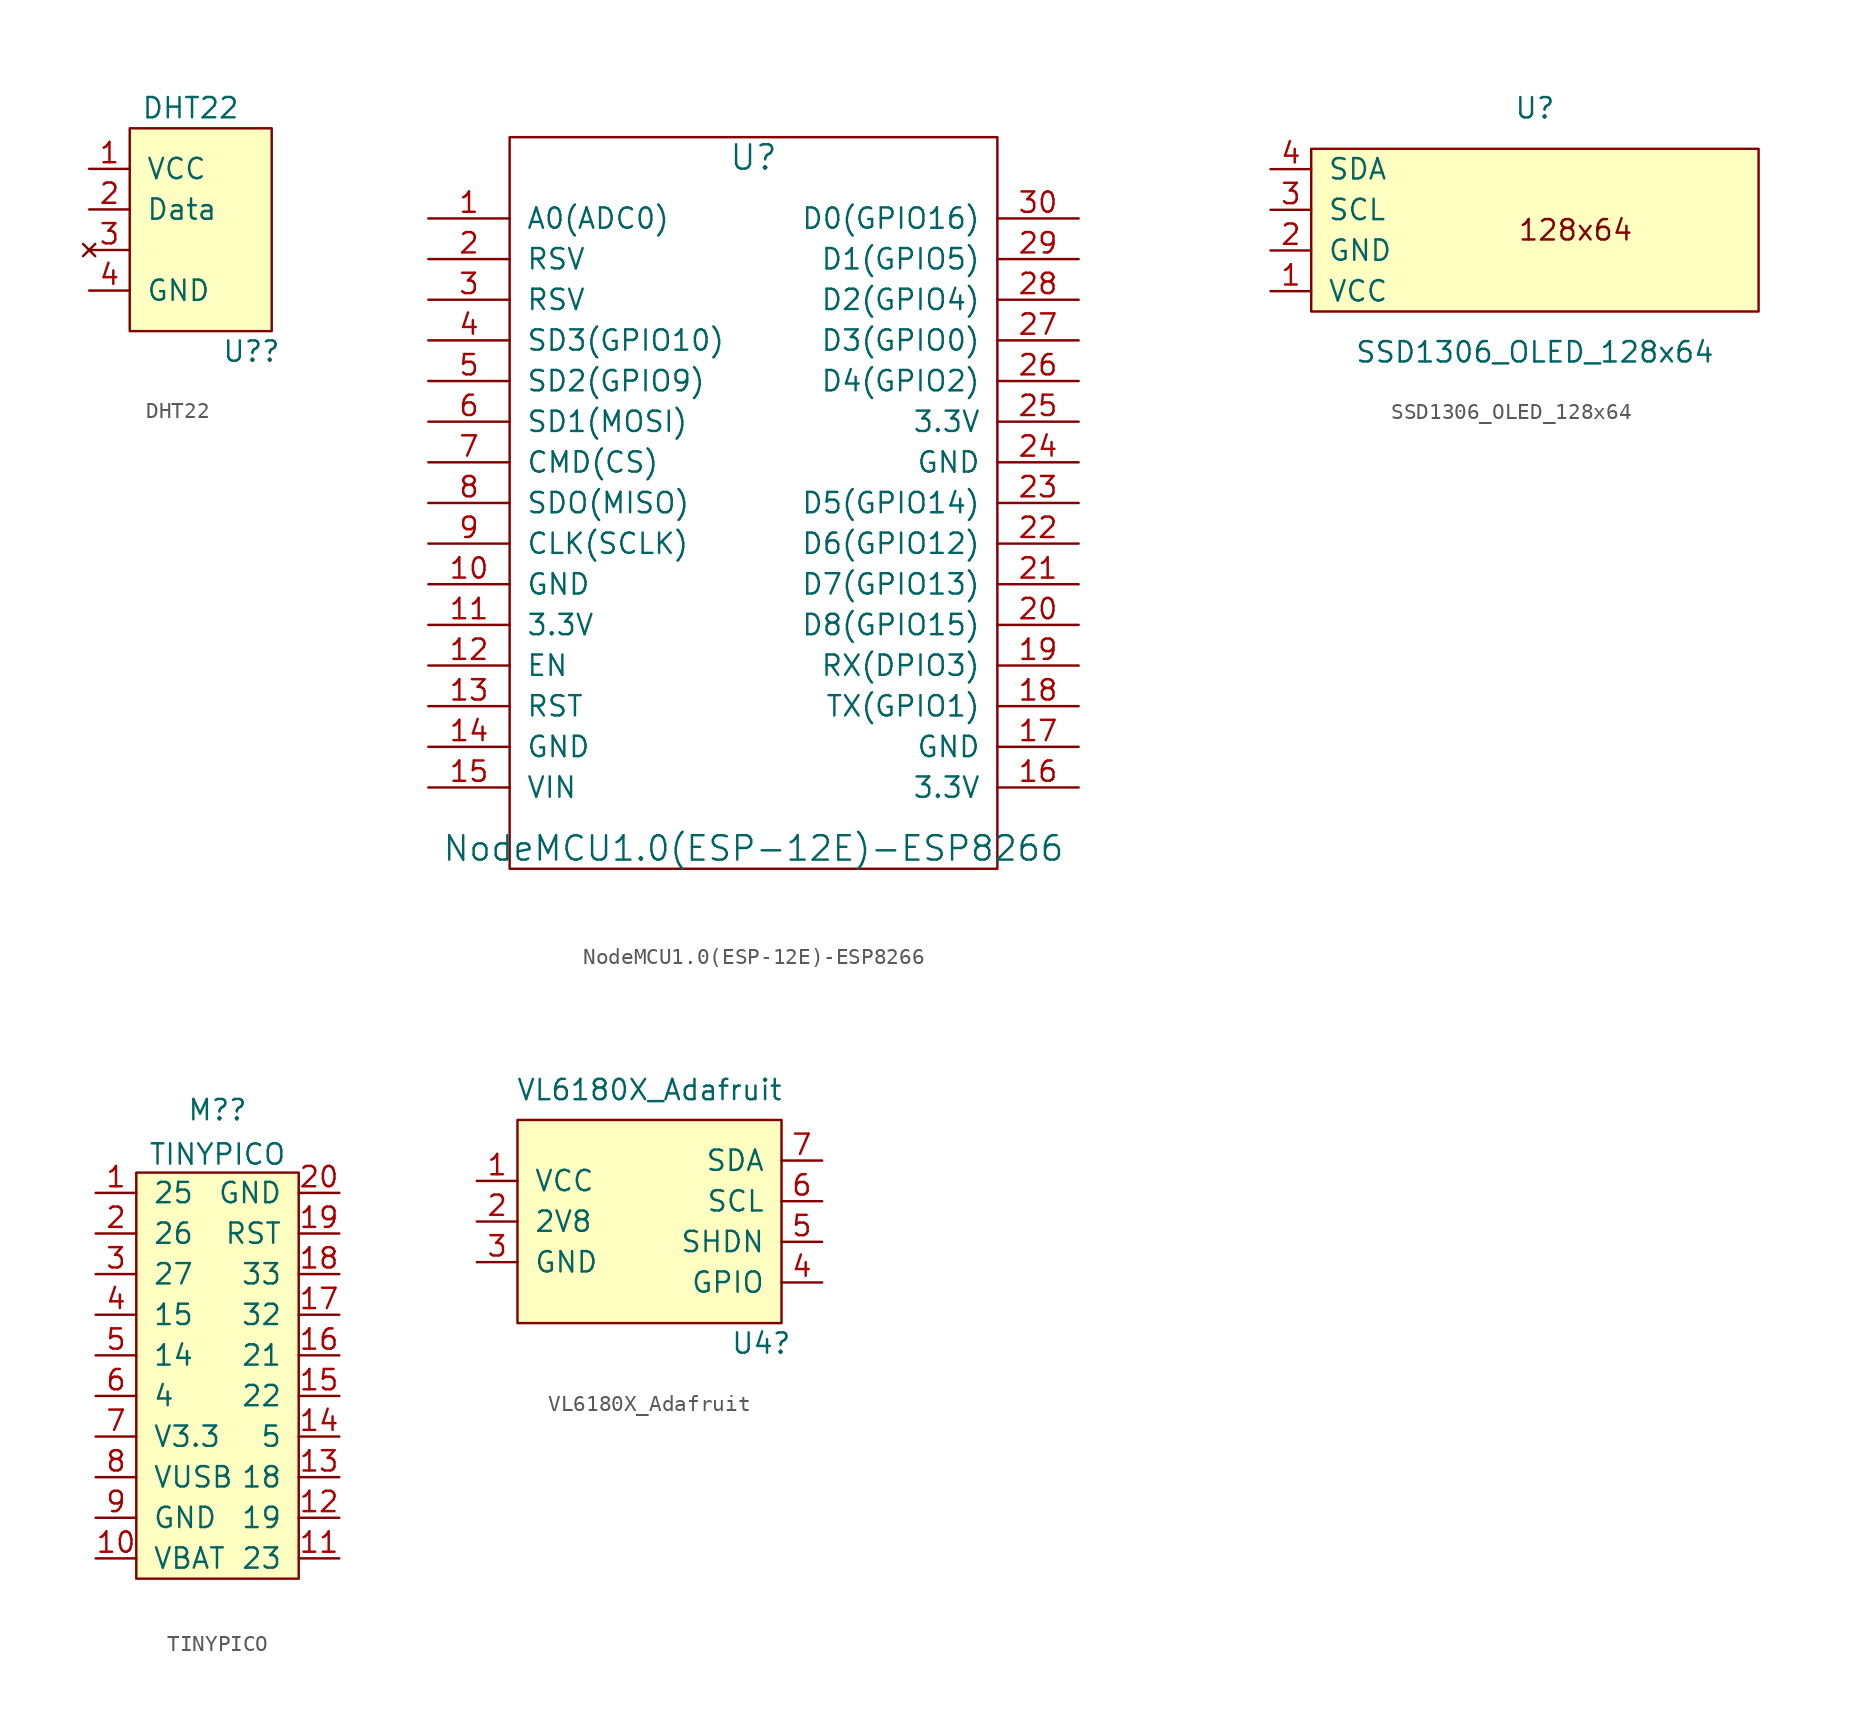
<source format=kicad_sym>
(kicad_symbol_lib
  (version 20210619)
  (generator kicad_symbol_editor)
  (symbol "mylam:DHT22"
    (pin_names
      (offset 1.016))
    (property "Reference" "U?"
      (at 7.62 -13.97 0)
      (effects (font (size 1.27 1.27))))
    (property "Value" "DHT22"
      (at 3.81 1.27 0)
      (effects (font (size 1.27 1.27))))
    (symbol "DHT22_0_1"
      (rectangle (start 0 0) (end 8.89 -12.7) (stroke (width 0.152)) (fill (type background))))
    (symbol "DHT22_1_1"
      (pin input line (at -2.54 -2.54 0) (length 2.54) (name "VCC" (effects (font (size 1.27 1.27)))) (number "1" (effects (font (size 1.27 1.27)))))
      (pin output line (at -2.54 -5.08 0) (length 2.54) (name "Data" (effects (font (size 1.27 1.27)))) (number "2" (effects (font (size 1.27 1.27)))))
      (pin no_connect line (at -2.54 -7.62 0) (length 2.54) (name "~" (effects (font (size 1.27 1.27)))) (number "3" (effects (font (size 1.27 1.27)))))
      (pin input line (at -2.54 -10.16 0) (length 2.54) (name "GND" (effects (font (size 1.27 1.27)))) (number "4" (effects (font (size 1.27 1.27)))))))
  (symbol "mylam:NodeMCU1.0(ESP-12E)-ESP8266"
    (pin_names
      (offset 1.016))
    (property "Reference" "U"
      (at 0 21.59 0)
      (effects (font (size 1.524 1.524))))
    (property "Value" "NodeMCU1.0(ESP-12E)-ESP8266"
      (at 0 -21.59 0)
      (effects (font (size 1.524 1.524))))
    (property "Footprint" ""
      (at -15.24 -21.59 0)
      (effects (font (size 1.524 1.524))))
    (property "Datasheet" ""
      (at -15.24 -21.59 0)
      (effects (font (size 1.524 1.524))))
    (symbol "NodeMCU1.0(ESP-12E)-ESP8266_0_1"
      (rectangle (start -15.24 -22.86) (end 15.24 22.86) (stroke (width 0)) (fill (type none))))
    (symbol "NodeMCU1.0(ESP-12E)-ESP8266_1_1"
      (pin input line (at -20.32 17.78 0) (length 5.08) (name "A0(ADC0)" (effects (font (size 1.27 1.27)))) (number "1" (effects (font (size 1.27 1.27)))))
      (pin input line (at -20.32 -5.08 0) (length 5.08) (name "GND" (effects (font (size 1.27 1.27)))) (number "10" (effects (font (size 1.27 1.27)))))
      (pin input line (at -20.32 -7.62 0) (length 5.08) (name "3.3V" (effects (font (size 1.27 1.27)))) (number "11" (effects (font (size 1.27 1.27)))))
      (pin input line (at -20.32 -10.16 0) (length 5.08) (name "EN" (effects (font (size 1.27 1.27)))) (number "12" (effects (font (size 1.27 1.27)))))
      (pin input line (at -20.32 -12.7 0) (length 5.08) (name "RST" (effects (font (size 1.27 1.27)))) (number "13" (effects (font (size 1.27 1.27)))))
      (pin input line (at -20.32 -15.24 0) (length 5.08) (name "GND" (effects (font (size 1.27 1.27)))) (number "14" (effects (font (size 1.27 1.27)))))
      (pin input line (at -20.32 -17.78 0) (length 5.08) (name "VIN" (effects (font (size 1.27 1.27)))) (number "15" (effects (font (size 1.27 1.27)))))
      (pin input line (at 20.32 -17.78 180) (length 5.08) (name "3.3V" (effects (font (size 1.27 1.27)))) (number "16" (effects (font (size 1.27 1.27)))))
      (pin input line (at 20.32 -15.24 180) (length 5.08) (name "GND" (effects (font (size 1.27 1.27)))) (number "17" (effects (font (size 1.27 1.27)))))
      (pin input line (at 20.32 -12.7 180) (length 5.08) (name "TX(GPIO1)" (effects (font (size 1.27 1.27)))) (number "18" (effects (font (size 1.27 1.27)))))
      (pin input line (at 20.32 -10.16 180) (length 5.08) (name "RX(DPIO3)" (effects (font (size 1.27 1.27)))) (number "19" (effects (font (size 1.27 1.27)))))
      (pin input line (at -20.32 15.24 0) (length 5.08) (name "RSV" (effects (font (size 1.27 1.27)))) (number "2" (effects (font (size 1.27 1.27)))))
      (pin input line (at 20.32 -7.62 180) (length 5.08) (name "D8(GPIO15)" (effects (font (size 1.27 1.27)))) (number "20" (effects (font (size 1.27 1.27)))))
      (pin input line (at 20.32 -5.08 180) (length 5.08) (name "D7(GPIO13)" (effects (font (size 1.27 1.27)))) (number "21" (effects (font (size 1.27 1.27)))))
      (pin input line (at 20.32 -2.54 180) (length 5.08) (name "D6(GPIO12)" (effects (font (size 1.27 1.27)))) (number "22" (effects (font (size 1.27 1.27)))))
      (pin input line (at 20.32 0 180) (length 5.08) (name "D5(GPIO14)" (effects (font (size 1.27 1.27)))) (number "23" (effects (font (size 1.27 1.27)))))
      (pin input line (at 20.32 2.54 180) (length 5.08) (name "GND" (effects (font (size 1.27 1.27)))) (number "24" (effects (font (size 1.27 1.27)))))
      (pin input line (at 20.32 5.08 180) (length 5.08) (name "3.3V" (effects (font (size 1.27 1.27)))) (number "25" (effects (font (size 1.27 1.27)))))
      (pin input line (at 20.32 7.62 180) (length 5.08) (name "D4(GPIO2)" (effects (font (size 1.27 1.27)))) (number "26" (effects (font (size 1.27 1.27)))))
      (pin input line (at 20.32 10.16 180) (length 5.08) (name "D3(GPIO0)" (effects (font (size 1.27 1.27)))) (number "27" (effects (font (size 1.27 1.27)))))
      (pin input line (at 20.32 12.7 180) (length 5.08) (name "D2(GPIO4)" (effects (font (size 1.27 1.27)))) (number "28" (effects (font (size 1.27 1.27)))))
      (pin input line (at 20.32 15.24 180) (length 5.08) (name "D1(GPIO5)" (effects (font (size 1.27 1.27)))) (number "29" (effects (font (size 1.27 1.27)))))
      (pin input line (at -20.32 12.7 0) (length 5.08) (name "RSV" (effects (font (size 1.27 1.27)))) (number "3" (effects (font (size 1.27 1.27)))))
      (pin input line (at 20.32 17.78 180) (length 5.08) (name "D0(GPIO16)" (effects (font (size 1.27 1.27)))) (number "30" (effects (font (size 1.27 1.27)))))
      (pin input line (at -20.32 10.16 0) (length 5.08) (name "SD3(GPIO10)" (effects (font (size 1.27 1.27)))) (number "4" (effects (font (size 1.27 1.27)))))
      (pin input line (at -20.32 7.62 0) (length 5.08) (name "SD2(GPIO9)" (effects (font (size 1.27 1.27)))) (number "5" (effects (font (size 1.27 1.27)))))
      (pin input line (at -20.32 5.08 0) (length 5.08) (name "SD1(MOSI)" (effects (font (size 1.27 1.27)))) (number "6" (effects (font (size 1.27 1.27)))))
      (pin input line (at -20.32 2.54 0) (length 5.08) (name "CMD(CS)" (effects (font (size 1.27 1.27)))) (number "7" (effects (font (size 1.27 1.27)))))
      (pin input line (at -20.32 0 0) (length 5.08) (name "SDO(MISO)" (effects (font (size 1.27 1.27)))) (number "8" (effects (font (size 1.27 1.27)))))
      (pin input line (at -20.32 -2.54 0) (length 5.08) (name "CLK(SCLK)" (effects (font (size 1.27 1.27)))) (number "9" (effects (font (size 1.27 1.27)))))))
  (symbol "mylam:SSD1306_OLED_128x64"
    (pin_names
      (offset 1.016))
    (property "Reference" "U"
      (at 1.27 8.89 0)
      (effects (font (size 1.27 1.27))))
    (property "Value" "SSD1306_OLED_128x64"
      (at 1.27 -6.35 0)
      (effects (font (size 1.27 1.27))))
    (symbol "SSD1306_OLED_128x64_0_0"
      (text "128x64" (at 3.81 1.27 0) (effects (font (size 1.27 1.27)))))
    (symbol "SSD1306_OLED_128x64_0_1"
      (rectangle (start -12.7 6.35) (end 15.24 -3.81) (stroke (width 0)) (fill (type background))))
    (symbol "SSD1306_OLED_128x64_1_1"
      (pin power_in line (at -15.24 -2.54 0) (length 2.54) (name "VCC" (effects (font (size 1.27 1.27)))) (number "1" (effects (font (size 1.27 1.27)))))
      (pin passive line (at -15.24 0 0) (length 2.54) (name "GND" (effects (font (size 1.27 1.27)))) (number "2" (effects (font (size 1.27 1.27)))))
      (pin input line (at -15.24 2.54 0) (length 2.54) (name "SCL" (effects (font (size 1.27 1.27)))) (number "3" (effects (font (size 1.27 1.27)))))
      (pin input line (at -15.24 5.08 0) (length 2.54) (name "SDA" (effects (font (size 1.27 1.27)))) (number "4" (effects (font (size 1.27 1.27)))))))
  (symbol "mylam:TINYPICO"
    (pin_names
      (offset 1.016))
    (property "Reference" "M?"
      (at 7.62 5.186 0)
      (effects (font (size 1.27 1.27))))
    (property "Value" "TINYPICO"
      (at 7.62 2.411 0)
      (effects (font (size 1.27 1.27))))
    (symbol "TINYPICO_0_1"
      (rectangle (start 2.54 1.27) (end 12.7 -24.13) (stroke (width 0.152)) (fill (type background))))
    (symbol "TINYPICO_1_1"
      (pin unspecified line (at 0 0 0) (length 2.54) (name "25" (effects (font (size 1.27 1.27)))) (number "1" (effects (font (size 1.27 1.27)))))
      (pin passive line (at 0 -22.86 0) (length 2.54) (name "VBAT" (effects (font (size 1.27 1.27)))) (number "10" (effects (font (size 1.27 1.27)))))
      (pin unspecified line (at 15.24 -22.86 180) (length 2.54) (name "23" (effects (font (size 1.27 1.27)))) (number "11" (effects (font (size 1.27 1.27)))))
      (pin unspecified line (at 15.24 -20.32 180) (length 2.54) (name "19" (effects (font (size 1.27 1.27)))) (number "12" (effects (font (size 1.27 1.27)))))
      (pin unspecified line (at 15.24 -17.78 180) (length 2.54) (name "18" (effects (font (size 1.27 1.27)))) (number "13" (effects (font (size 1.27 1.27)))))
      (pin unspecified line (at 15.24 -15.24 180) (length 2.54) (name "5" (effects (font (size 1.27 1.27)))) (number "14" (effects (font (size 1.27 1.27)))))
      (pin unspecified line (at 15.24 -12.7 180) (length 2.54) (name "22" (effects (font (size 1.27 1.27)))) (number "15" (effects (font (size 1.27 1.27)))))
      (pin unspecified line (at 15.24 -10.16 180) (length 2.54) (name "21" (effects (font (size 1.27 1.27)))) (number "16" (effects (font (size 1.27 1.27)))))
      (pin unspecified line (at 15.24 -7.62 180) (length 2.54) (name "32" (effects (font (size 1.27 1.27)))) (number "17" (effects (font (size 1.27 1.27)))))
      (pin unspecified line (at 15.24 -5.08 180) (length 2.54) (name "33" (effects (font (size 1.27 1.27)))) (number "18" (effects (font (size 1.27 1.27)))))
      (pin unspecified line (at 15.24 -2.54 180) (length 2.54) (name "RST" (effects (font (size 1.27 1.27)))) (number "19" (effects (font (size 1.27 1.27)))))
      (pin unspecified line (at 0 -2.54 0) (length 2.54) (name "26" (effects (font (size 1.27 1.27)))) (number "2" (effects (font (size 1.27 1.27)))))
      (pin passive line (at 15.24 0 180) (length 2.54) (name "GND" (effects (font (size 1.27 1.27)))) (number "20" (effects (font (size 1.27 1.27)))))
      (pin unspecified line (at 0 -5.08 0) (length 2.54) (name "27" (effects (font (size 1.27 1.27)))) (number "3" (effects (font (size 1.27 1.27)))))
      (pin unspecified line (at 0 -7.62 0) (length 2.54) (name "15" (effects (font (size 1.27 1.27)))) (number "4" (effects (font (size 1.27 1.27)))))
      (pin unspecified line (at 0 -10.16 0) (length 2.54) (name "14" (effects (font (size 1.27 1.27)))) (number "5" (effects (font (size 1.27 1.27)))))
      (pin unspecified line (at 0 -12.7 0) (length 2.54) (name "4" (effects (font (size 1.27 1.27)))) (number "6" (effects (font (size 1.27 1.27)))))
      (pin passive line (at 0 -15.24 0) (length 2.54) (name "V3.3" (effects (font (size 1.27 1.27)))) (number "7" (effects (font (size 1.27 1.27)))))
      (pin passive line (at 0 -17.78 0) (length 2.54) (name "VUSB" (effects (font (size 1.27 1.27)))) (number "8" (effects (font (size 1.27 1.27)))))
      (pin passive line (at 0 -20.32 0) (length 2.54) (name "GND" (effects (font (size 1.27 1.27)))) (number "9" (effects (font (size 1.27 1.27)))))))
  (symbol "mylam:VL6180X_Adafruit"
    (pin_names
      (offset 1.016))
    (property "Reference" "U4"
      (at 6.35 -7.62 0)
      (effects (font (size 1.27 1.27))))
    (property "Value" "VL6180X_Adafruit"
      (at -0.635 8.23 0)
      (effects (font (size 1.27 1.27))))
    (symbol "VL6180X_Adafruit_0_1"
      (rectangle (start -8.89 6.35) (end 7.62 -6.35) (stroke (width 0)) (fill (type background))))
    (symbol "VL6180X_Adafruit_1_1"
      (pin input line (at -11.43 2.54 0) (length 2.54) (name "VCC" (effects (font (size 1.27 1.27)))) (number "1" (effects (font (size 1.27 1.27)))))
      (pin input line (at -11.43 0 0) (length 2.54) (name "2V8" (effects (font (size 1.27 1.27)))) (number "2" (effects (font (size 1.27 1.27)))))
      (pin input line (at -11.43 -2.54 0) (length 2.54) (name "GND" (effects (font (size 1.27 1.27)))) (number "3" (effects (font (size 1.27 1.27)))))
      (pin input line (at 10.16 -3.81 180) (length 2.54) (name "GPIO" (effects (font (size 1.27 1.27)))) (number "4" (effects (font (size 1.27 1.27)))))
      (pin input line (at 10.16 -1.27 180) (length 2.54) (name "SHDN" (effects (font (size 1.27 1.27)))) (number "5" (effects (font (size 1.27 1.27)))))
      (pin input line (at 10.16 1.27 180) (length 2.54) (name "SCL" (effects (font (size 1.27 1.27)))) (number "6" (effects (font (size 1.27 1.27)))))
      (pin input line (at 10.16 3.81 180) (length 2.54) (name "SDA" (effects (font (size 1.27 1.27)))) (number "7" (effects (font (size 1.27 1.27))))))))
</source>
